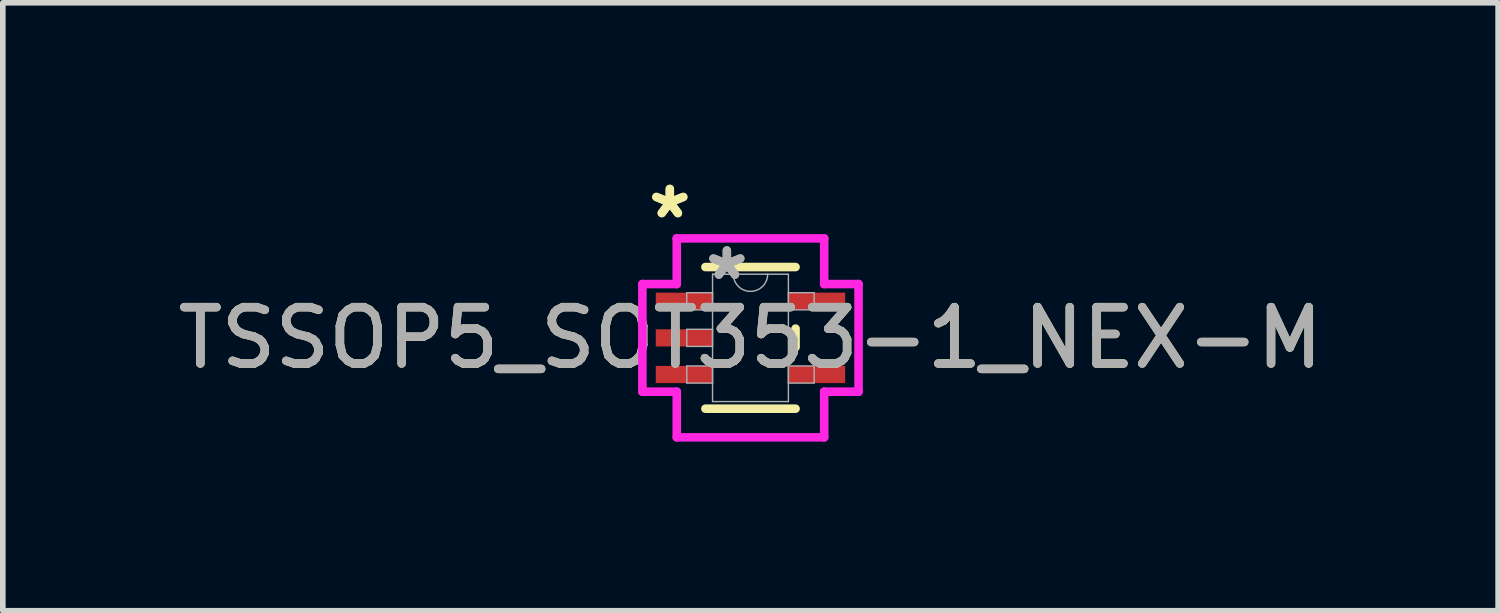
<source format=kicad_pcb>
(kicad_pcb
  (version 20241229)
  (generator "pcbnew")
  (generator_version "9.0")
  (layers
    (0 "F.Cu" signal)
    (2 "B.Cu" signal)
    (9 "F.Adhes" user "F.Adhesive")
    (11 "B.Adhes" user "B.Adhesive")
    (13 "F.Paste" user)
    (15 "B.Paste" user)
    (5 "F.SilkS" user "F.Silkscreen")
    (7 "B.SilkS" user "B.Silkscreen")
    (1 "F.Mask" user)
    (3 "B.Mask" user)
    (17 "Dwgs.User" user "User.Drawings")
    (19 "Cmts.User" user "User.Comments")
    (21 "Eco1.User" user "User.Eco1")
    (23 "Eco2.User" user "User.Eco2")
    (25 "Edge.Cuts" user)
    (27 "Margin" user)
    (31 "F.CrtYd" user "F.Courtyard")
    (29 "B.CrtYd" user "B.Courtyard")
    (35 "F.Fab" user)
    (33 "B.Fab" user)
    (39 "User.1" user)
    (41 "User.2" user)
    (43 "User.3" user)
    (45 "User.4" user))
  (footprint "TSSOP5_SOT353-1_NEX-M"
    (layer "F.Cu")
    (at 10.268 2.946)
    (property "Reference" "TSSOP5_SOT353-1_NEX-M" (at 0 0 0) (unlocked yes) (layer "F.SilkS") (effects (font (size 1 1) (thickness 0.15))))
    (attr smd)
    (fp_line (start -0.8 1.257) (end 0.8 1.257) (stroke (width 0.152) (type solid)) (layer "F.SilkS"))
    (fp_line (start 0.8 -1.257) (end -0.8 -1.257) (stroke (width 0.152) (type solid)) (layer "F.SilkS"))
    (fp_line (start 0.8 0.165) (end 0.8 -0.165) (stroke (width 0.152) (type solid)) (layer "F.SilkS"))
    (fp_line (start -1.918 -0.955) (end -1.308 -0.955) (stroke (width 0.152) (type solid)) (layer "F.CrtYd"))
    (fp_line (start -1.918 0.955) (end -1.918 -0.955) (stroke (width 0.152) (type solid)) (layer "F.CrtYd"))
    (fp_line (start -1.308 -1.765) (end 1.308 -1.765) (stroke (width 0.152) (type solid)) (layer "F.CrtYd"))
    (fp_line (start -1.308 -0.955) (end -1.308 -1.765) (stroke (width 0.152) (type solid)) (layer "F.CrtYd"))
    (fp_line (start -1.308 0.955) (end -1.918 0.955) (stroke (width 0.152) (type solid)) (layer "F.CrtYd"))
    (fp_line (start -1.308 1.765) (end -1.308 0.955) (stroke (width 0.152) (type solid)) (layer "F.CrtYd"))
    (fp_line (start 1.308 -1.765) (end 1.308 -0.955) (stroke (width 0.152) (type solid)) (layer "F.CrtYd"))
    (fp_line (start 1.308 -0.955) (end 1.918 -0.955) (stroke (width 0.152) (type solid)) (layer "F.CrtYd"))
    (fp_line (start 1.308 0.955) (end 1.308 1.765) (stroke (width 0.152) (type solid)) (layer "F.CrtYd"))
    (fp_line (start 1.308 1.765) (end -1.308 1.765) (stroke (width 0.152) (type solid)) (layer "F.CrtYd"))
    (fp_line (start 1.918 -0.955) (end 1.918 0.955) (stroke (width 0.152) (type solid)) (layer "F.CrtYd"))
    (fp_line (start 1.918 0.955) (end 1.308 0.955) (stroke (width 0.152) (type solid)) (layer "F.CrtYd"))
    (fp_line (start -1.13 -0.802) (end -1.13 -0.498) (stroke (width 0.025) (type solid)) (layer "F.Fab"))
    (fp_line (start -1.13 -0.498) (end -0.673 -0.498) (stroke (width 0.025) (type solid)) (layer "F.Fab"))
    (fp_line (start -1.13 -0.152) (end -1.13 0.152) (stroke (width 0.025) (type solid)) (layer "F.Fab"))
    (fp_line (start -1.13 0.152) (end -0.673 0.152) (stroke (width 0.025) (type solid)) (layer "F.Fab"))
    (fp_line (start -1.13 0.498) (end -1.13 0.802) (stroke (width 0.025) (type solid)) (layer "F.Fab"))
    (fp_line (start -1.13 0.802) (end -0.673 0.802) (stroke (width 0.025) (type solid)) (layer "F.Fab"))
    (fp_line (start -0.673 -1.13) (end -0.673 1.13) (stroke (width 0.025) (type solid)) (layer "F.Fab"))
    (fp_line (start -0.673 -0.802) (end -1.13 -0.802) (stroke (width 0.025) (type solid)) (layer "F.Fab"))
    (fp_line (start -0.673 -0.498) (end -0.673 -0.802) (stroke (width 0.025) (type solid)) (layer "F.Fab"))
    (fp_line (start -0.673 -0.152) (end -1.13 -0.152) (stroke (width 0.025) (type solid)) (layer "F.Fab"))
    (fp_line (start -0.673 0.152) (end -0.673 -0.152) (stroke (width 0.025) (type solid)) (layer "F.Fab"))
    (fp_line (start -0.673 0.498) (end -1.13 0.498) (stroke (width 0.025) (type solid)) (layer "F.Fab"))
    (fp_line (start -0.673 0.802) (end -0.673 0.498) (stroke (width 0.025) (type solid)) (layer "F.Fab"))
    (fp_line (start -0.673 1.13) (end 0.673 1.13) (stroke (width 0.025) (type solid)) (layer "F.Fab"))
    (fp_line (start 0.673 -1.13) (end -0.673 -1.13) (stroke (width 0.025) (type solid)) (layer "F.Fab"))
    (fp_line (start 0.673 -0.802) (end 0.673 -0.498) (stroke (width 0.025) (type solid)) (layer "F.Fab"))
    (fp_line (start 0.673 -0.498) (end 1.13 -0.498) (stroke (width 0.025) (type solid)) (layer "F.Fab"))
    (fp_line (start 0.673 0.498) (end 0.673 0.802) (stroke (width 0.025) (type solid)) (layer "F.Fab"))
    (fp_line (start 0.673 0.802) (end 1.13 0.802) (stroke (width 0.025) (type solid)) (layer "F.Fab"))
    (fp_line (start 0.673 1.13) (end 0.673 -1.13) (stroke (width 0.025) (type solid)) (layer "F.Fab"))
    (fp_line (start 1.13 -0.802) (end 0.673 -0.802) (stroke (width 0.025) (type solid)) (layer "F.Fab"))
    (fp_line (start 1.13 -0.498) (end 1.13 -0.802) (stroke (width 0.025) (type solid)) (layer "F.Fab"))
    (fp_line (start 1.13 0.498) (end 0.673 0.498) (stroke (width 0.025) (type solid)) (layer "F.Fab"))
    (fp_line (start 1.13 0.802) (end 1.13 0.498) (stroke (width 0.025) (type solid)) (layer "F.Fab"))
    (fp_arc (start 0.3048 -1.1303) (mid 0 -0.8255) (end -0.3048 -1.1303) (stroke (width 0.0254) (type solid)) (layer "F.Fab"))
    (fp_text user "*" (at -1.431 -2.098 0) (layer "F.SilkS") (effects (font (size 1 1) (thickness 0.15))))
    (fp_text user "*" (at -1.431 -2.098 0) (unlocked yes) (layer "F.SilkS") (effects (font (size 1 1) (thickness 0.15))))
    (fp_text user "${REFERENCE}" (at 0 0 0) (unlocked yes) (layer "F.Fab") (effects (font (size 1 1) (thickness 0.15))))
    (fp_text user "*" (at -0.419 -1.006 0) (unlocked yes) (layer "F.Fab") (effects (font (size 1 1) (thickness 0.15))))
    (fp_text user "*" (at -0.419 -1.006 0) (layer "F.Fab") (effects (font (size 1 1) (thickness 0.15))))
    (pad "1" smd rect (at -1.177 -0.65) (size 1.007 0.305) (layers "F.Cu" "F.Mask" "F.Paste"))
    (pad "2" smd rect (at -1.177 0) (size 1.007 0.305) (layers "F.Cu" "F.Mask" "F.Paste"))
    (pad "3" smd rect (at -1.177 0.65) (size 1.007 0.305) (layers "F.Cu" "F.Mask" "F.Paste"))
    (pad "4" smd rect (at 1.177 0.65) (size 1.007 0.305) (layers "F.Cu" "F.Mask" "F.Paste"))
    (pad "5" smd rect (at 1.177 -0.65) (size 1.007 0.305) (layers "F.Cu" "F.Mask" "F.Paste")))
  (gr_rect
    (start -3 -3)
    (end 23.536 7.788)
    (stroke (width 0.1) (type default))
    (fill no)
    (layer "Edge.Cuts")))
</source>
